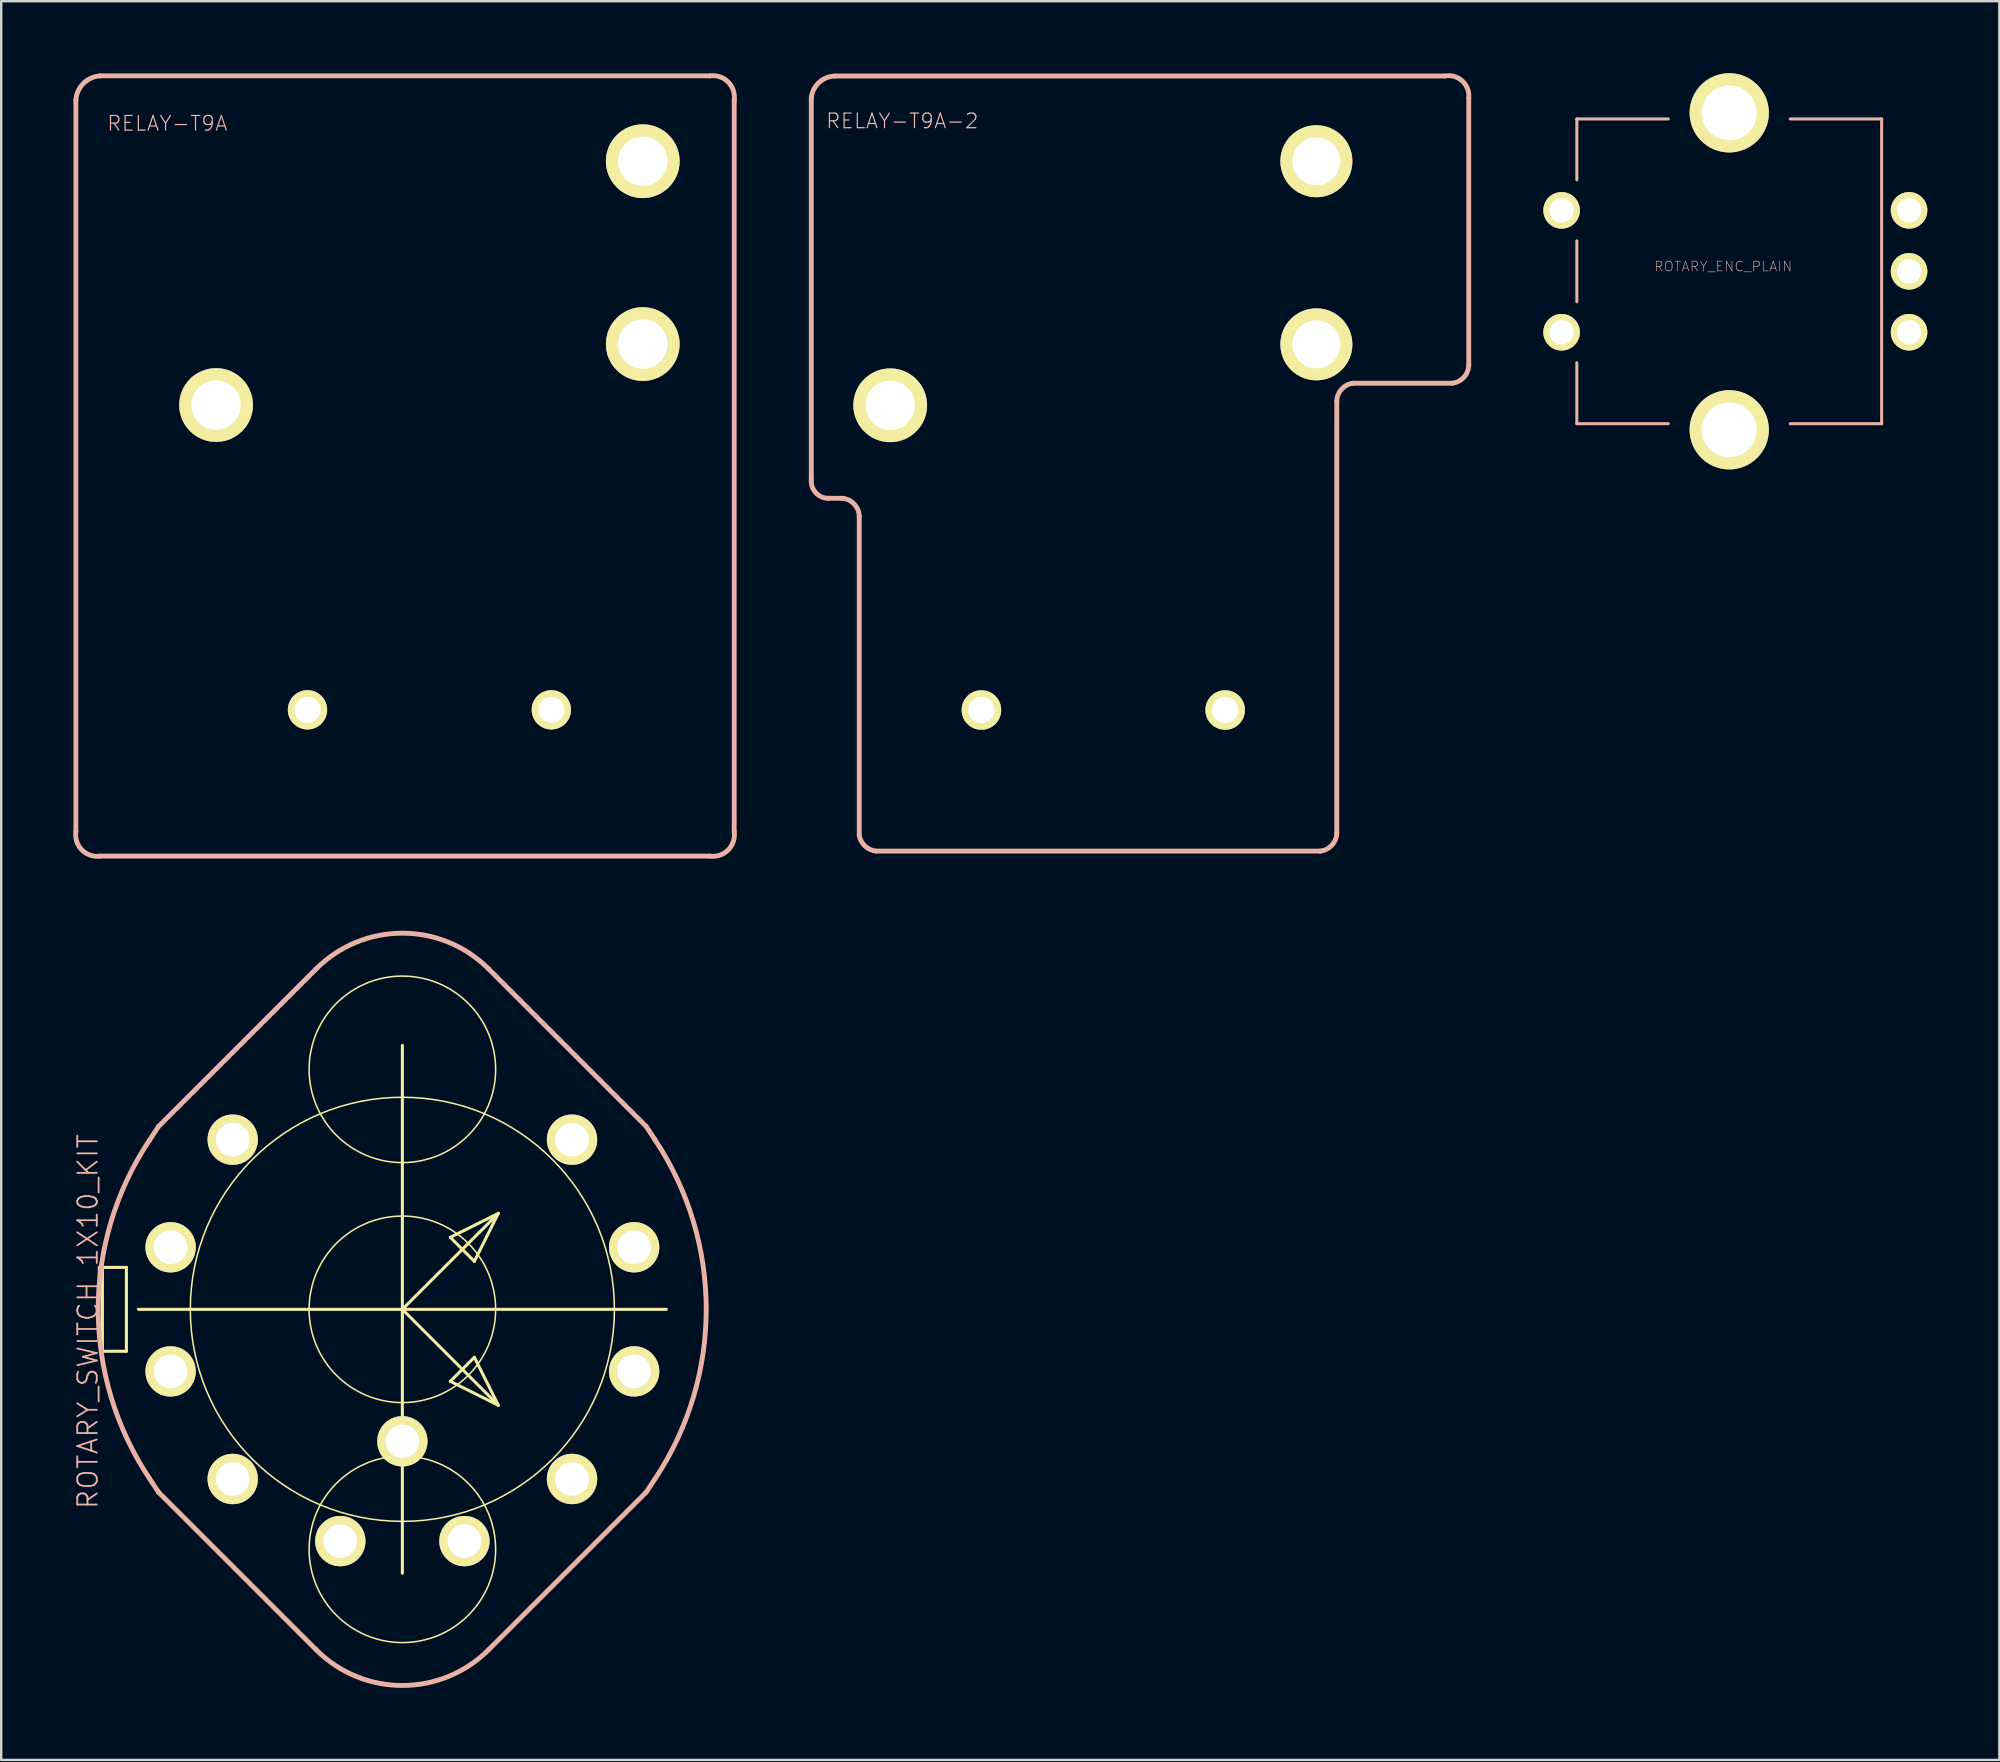
<source format=kicad_pcb>
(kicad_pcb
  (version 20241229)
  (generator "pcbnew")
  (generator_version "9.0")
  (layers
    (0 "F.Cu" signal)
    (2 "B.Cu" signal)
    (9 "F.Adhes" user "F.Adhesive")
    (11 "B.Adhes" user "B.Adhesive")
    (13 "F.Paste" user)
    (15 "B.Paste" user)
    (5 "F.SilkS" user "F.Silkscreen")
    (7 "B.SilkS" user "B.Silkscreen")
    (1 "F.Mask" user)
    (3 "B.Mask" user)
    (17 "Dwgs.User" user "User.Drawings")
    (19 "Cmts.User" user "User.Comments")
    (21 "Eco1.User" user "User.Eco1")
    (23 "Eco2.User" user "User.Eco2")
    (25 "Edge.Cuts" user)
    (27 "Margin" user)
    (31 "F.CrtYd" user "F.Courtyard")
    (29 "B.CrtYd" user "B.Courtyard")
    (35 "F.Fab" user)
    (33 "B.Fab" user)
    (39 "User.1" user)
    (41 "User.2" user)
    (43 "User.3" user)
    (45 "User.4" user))
  (footprint "ROTARY_SWITCH_1X10_KIT"
    (layer "F.Cu")
    (at 13.716 51.508)
    (property "Reference" "ROTARY_SWITCH_1X10_KIT" (at -13.106 0.508 90) (layer "B.SilkS") (effects (font (size 0.813 0.813) (thickness 0.076))))
    (attr exclude_from_pos_files exclude_from_bom)
    (fp_line (start -12.499 -1.748) (end -11.499 -1.748) (stroke (width 0.127) (type solid)) (layer "F.SilkS"))
    (fp_line (start -12.499 1.748) (end -12.499 -1.748) (stroke (width 0.127) (type solid)) (layer "F.SilkS"))
    (fp_line (start -11.499 -1.748) (end -11.499 1.748) (stroke (width 0.127) (type solid)) (layer "F.SilkS"))
    (fp_line (start -11.499 1.748) (end -12.499 1.748) (stroke (width 0.127) (type solid)) (layer "F.SilkS"))
    (fp_line (start -10.998 0) (end 0 0) (stroke (width 0.127) (type solid)) (layer "F.SilkS"))
    (fp_line (start 0 -10.998) (end 0 0) (stroke (width 0.127) (type solid)) (layer "F.SilkS"))
    (fp_line (start 0 0) (end 0 10.998) (stroke (width 0.127) (type solid)) (layer "F.SilkS"))
    (fp_line (start 0 0) (end 3.998 -3.998) (stroke (width 0.127) (type solid)) (layer "F.SilkS"))
    (fp_line (start 0 0) (end 3.998 3.998) (stroke (width 0.127) (type solid)) (layer "F.SilkS"))
    (fp_line (start 0 0) (end 10.998 0) (stroke (width 0.127) (type solid)) (layer "F.SilkS"))
    (fp_line (start 1.999 -3) (end 3 -1.999) (stroke (width 0.127) (type solid)) (layer "F.SilkS"))
    (fp_line (start 1.999 3) (end 3.998 3.998) (stroke (width 0.127) (type solid)) (layer "F.SilkS"))
    (fp_line (start 3 -1.999) (end 3.998 -3.998) (stroke (width 0.127) (type solid)) (layer "F.SilkS"))
    (fp_line (start 3 1.999) (end 1.999 3) (stroke (width 0.127) (type solid)) (layer "F.SilkS"))
    (fp_line (start 3.998 -3.998) (end 1.999 -3) (stroke (width 0.127) (type solid)) (layer "F.SilkS"))
    (fp_line (start 3.998 3.998) (end 3 1.999) (stroke (width 0.127) (type solid)) (layer "F.SilkS"))
    (fp_circle (center -9.657 -2.586) (end -10.18 -3.109) (stroke (width 0) (type solid)) (fill yes) (layer "F.SilkS"))
    (fp_circle (center -9.657 -2.586) (end -10.005 -2.934) (stroke (width 0) (type solid)) (fill yes) (layer "F.SilkS"))
    (fp_circle (center -9.657 2.586) (end -10.18 3.109) (stroke (width 0) (type solid)) (fill yes) (layer "F.SilkS"))
    (fp_circle (center -9.657 2.586) (end -10.005 2.934) (stroke (width 0) (type solid)) (fill yes) (layer "F.SilkS"))
    (fp_circle (center -7.069 -7.069) (end -7.592 -7.592) (stroke (width 0) (type solid)) (fill yes) (layer "F.SilkS"))
    (fp_circle (center -7.069 -7.069) (end -7.417 -7.417) (stroke (width 0) (type solid)) (fill yes) (layer "F.SilkS"))
    (fp_circle (center -7.069 7.069) (end -7.592 7.592) (stroke (width 0) (type solid)) (fill yes) (layer "F.SilkS"))
    (fp_circle (center -7.069 7.069) (end -7.417 7.417) (stroke (width 0) (type solid)) (fill yes) (layer "F.SilkS"))
    (fp_circle (center -2.586 9.657) (end -3.109 10.18) (stroke (width 0) (type solid)) (fill yes) (layer "F.SilkS"))
    (fp_circle (center -2.586 9.657) (end -2.934 10.005) (stroke (width 0) (type solid)) (fill yes) (layer "F.SilkS"))
    (fp_circle (center 0 -10) (end -2.748 -12.748) (stroke (width 0.064) (type solid)) (fill no) (layer "F.SilkS"))
    (fp_circle (center 0 0) (end -6.248 6.248) (stroke (width 0.064) (type solid)) (fill no) (layer "F.SilkS"))
    (fp_circle (center 0 0) (end -2.748 2.748) (stroke (width 0.064) (type solid)) (fill no) (layer "F.SilkS"))
    (fp_circle (center 0 5.499) (end -0.523 6.022) (stroke (width 0) (type solid)) (fill yes) (layer "F.SilkS"))
    (fp_circle (center 0 5.499) (end -0.348 5.847) (stroke (width 0) (type solid)) (fill yes) (layer "F.SilkS"))
    (fp_circle (center 0 10) (end -2.748 12.748) (stroke (width 0.064) (type solid)) (fill no) (layer "F.SilkS"))
    (fp_circle (center 2.586 9.657) (end 2.934 10.005) (stroke (width 0) (type solid)) (fill yes) (layer "F.SilkS"))
    (fp_circle (center 2.586 9.657) (end 3.109 10.18) (stroke (width 0) (type solid)) (fill yes) (layer "F.SilkS"))
    (fp_circle (center 7.069 -7.069) (end 7.417 -7.417) (stroke (width 0) (type solid)) (fill yes) (layer "F.SilkS"))
    (fp_circle (center 7.069 -7.069) (end 7.592 -7.592) (stroke (width 0) (type solid)) (fill yes) (layer "F.SilkS"))
    (fp_circle (center 7.069 7.069) (end 7.417 7.417) (stroke (width 0) (type solid)) (fill yes) (layer "F.SilkS"))
    (fp_circle (center 7.069 7.069) (end 7.592 7.592) (stroke (width 0) (type solid)) (fill yes) (layer "F.SilkS"))
    (fp_circle (center 9.657 -2.586) (end 10.005 -2.934) (stroke (width 0) (type solid)) (fill yes) (layer "F.SilkS"))
    (fp_circle (center 9.657 -2.586) (end 10.18 -3.109) (stroke (width 0) (type solid)) (fill yes) (layer "F.SilkS"))
    (fp_circle (center 9.657 2.586) (end 10.005 2.934) (stroke (width 0) (type solid)) (fill yes) (layer "F.SilkS"))
    (fp_circle (center 9.657 2.586) (end 10.18 3.109) (stroke (width 0) (type solid)) (fill yes) (layer "F.SilkS"))
    (fp_line (start -10.541 7.043) (end -10.16 7.62) (stroke (width 0.203) (type solid)) (layer "B.SilkS"))
    (fp_line (start -10.16 -7.62) (end -10.541 -7.043) (stroke (width 0.203) (type solid)) (layer "B.SilkS"))
    (fp_line (start -10.16 -7.62) (end -3.592 -14.186) (stroke (width 0.203) (type solid)) (layer "B.SilkS"))
    (fp_line (start -3.592 14.186) (end -10.16 7.62) (stroke (width 0.203) (type solid)) (layer "B.SilkS"))
    (fp_line (start 3.592 -14.186) (end 10.16 -7.62) (stroke (width 0.203) (type solid)) (layer "B.SilkS"))
    (fp_line (start 10.16 -7.62) (end 10.518 -7.079) (stroke (width 0.203) (type solid)) (layer "B.SilkS"))
    (fp_line (start 10.16 7.62) (end 3.592 14.186) (stroke (width 0.203) (type solid)) (layer "B.SilkS"))
    (fp_line (start 10.518 7.079) (end 10.16 7.62) (stroke (width 0.203) (type solid)) (layer "B.SilkS"))
    (fp_arc (start -10.541 7.04342) (mid -12.673786 0.009583) (end -10.551621 -7.027465) (stroke (width 0.2032) (type solid)) (layer "B.SilkS"))
    (fp_arc (start -3.59156 -14.1859) (mid 0 -15.673573) (end 3.59156 -14.1859) (stroke (width 0.2032) (type solid)) (layer "B.SilkS"))
    (fp_arc (start 3.59156 14.1859) (mid 0 15.673573) (end -3.59156 14.1859) (stroke (width 0.2032) (type solid)) (layer "B.SilkS"))
    (fp_arc (start 10.51814 -7.07898) (mid 12.661692 -0.009628) (end 10.52881 7.06295) (stroke (width 0.2032) (type solid)) (layer "B.SilkS"))
    (pad "1" thru_hole circle (at 7.069 -7.069) (size 2.098 2.098) (drill 1.4) (layers "*.Cu" "F.Mask" "F.SilkS" "F.Paste"))
    (pad "2" thru_hole circle (at 9.657 -2.586) (size 2.098 2.098) (drill 1.4) (layers "*.Cu" "F.Mask" "F.SilkS" "F.Paste"))
    (pad "3" thru_hole circle (at 9.657 2.586) (size 2.098 2.098) (drill 1.4) (layers "*.Cu" "F.Mask" "F.SilkS" "F.Paste"))
    (pad "4" thru_hole circle (at 7.069 7.069) (size 2.098 2.098) (drill 1.4) (layers "*.Cu" "F.Mask" "F.SilkS" "F.Paste"))
    (pad "5" thru_hole circle (at 2.586 9.657) (size 2.098 2.098) (drill 1.4) (layers "*.Cu" "F.Mask" "F.SilkS" "F.Paste"))
    (pad "6" thru_hole circle (at -2.586 9.657) (size 2.098 2.098) (drill 1.4) (layers "*.Cu" "F.Mask" "F.SilkS" "F.Paste"))
    (pad "7" thru_hole circle (at -7.069 7.069) (size 2.098 2.098) (drill 1.4) (layers "*.Cu" "F.Mask" "F.SilkS" "F.Paste"))
    (pad "8" thru_hole circle (at -9.657 2.586) (size 2.098 2.098) (drill 1.4) (layers "*.Cu" "F.Mask" "F.SilkS" "F.Paste"))
    (pad "9" thru_hole circle (at -9.657 -2.586) (size 2.098 2.098) (drill 1.4) (layers "*.Cu" "F.Mask" "F.SilkS" "F.Paste"))
    (pad "10" thru_hole circle (at -7.069 -7.069) (size 2.098 2.098) (drill 1.4) (layers "*.Cu" "F.Mask" "F.SilkS" "F.Paste"))
    (pad "COMM" thru_hole circle (at 0 5.499) (size 2.098 2.098) (drill 1.4) (layers "*.Cu" "F.Mask" "F.SilkS" "F.Paste")))
  (footprint "ROTARY_ENC_PLAIN"
    (layer "F.Cu")
    (at 69.005 8.255)
    (property "Reference" "ROTARY_ENC_PLAIN" (at -0.254 -0.203 0) (layer "B.SilkS") (effects (font (size 0.406 0.406) (thickness 0.025))))
    (attr exclude_from_pos_files exclude_from_bom)
    (fp_line (start -6.35 -6.35) (end -6.35 -3.81) (stroke (width 0.127) (type solid)) (layer "B.SilkS"))
    (fp_line (start -6.35 -6.35) (end -2.54 -6.35) (stroke (width 0.127) (type solid)) (layer "B.SilkS"))
    (fp_line (start -6.35 -1.27) (end -6.35 1.27) (stroke (width 0.127) (type solid)) (layer "B.SilkS"))
    (fp_line (start -6.35 6.35) (end -6.35 3.81) (stroke (width 0.127) (type solid)) (layer "B.SilkS"))
    (fp_line (start -2.54 6.35) (end -6.35 6.35) (stroke (width 0.127) (type solid)) (layer "B.SilkS"))
    (fp_line (start 2.54 -6.35) (end 6.35 -6.35) (stroke (width 0.127) (type solid)) (layer "B.SilkS"))
    (fp_line (start 6.35 -6.35) (end 6.35 6.35) (stroke (width 0.127) (type solid)) (layer "B.SilkS"))
    (fp_line (start 6.35 6.35) (end 2.54 6.35) (stroke (width 0.127) (type solid)) (layer "B.SilkS"))
    (pad "A" thru_hole circle (at 7.493 2.54) (size 1.524 1.524) (drill 1.016) (layers "*.Cu" "F.Mask" "F.SilkS" "F.Paste"))
    (pad "B" thru_hole circle (at 7.493 -2.54) (size 1.524 1.524) (drill 1.016) (layers "*.Cu" "F.Mask" "F.SilkS" "F.Paste"))
    (pad "C" thru_hole circle (at 7.493 0) (size 1.524 1.524) (drill 1.016) (layers "*.Cu" "F.Mask" "F.SilkS" "F.Paste"))
    (pad "P$3" thru_hole circle (at 0 -6.604) (size 3.302 3.302) (drill 2.286) (layers "*.Cu" "F.Mask" "F.SilkS" "F.Paste"))
    (pad "P$4" thru_hole circle (at 0 6.604) (size 3.302 3.302) (drill 2.286) (layers "*.Cu" "F.Mask" "F.SilkS" "F.Paste"))
    (pad "SW+" thru_hole circle (at -6.985 -2.54) (size 1.524 1.524) (drill 1.016) (layers "*.Cu" "F.Mask" "F.SilkS" "F.Paste"))
    (pad "SW-" thru_hole circle (at -6.985 2.54) (size 1.524 1.524) (drill 1.016) (layers "*.Cu" "F.Mask" "F.SilkS" "F.Paste")))
  (footprint "RELAY-T9A-2"
    (layer "F.Cu")
    (at 44.453 16.266)
    (property "Reference" "RELAY-T9A-2" (at -9.906 -14.275 0) (layer "B.SilkS") (effects (font (size 0.61 0.61) (thickness 0.051))))
    (attr exclude_from_pos_files exclude_from_bom)
    (fp_line (start -13.698 0.699) (end -13.698 -15.24) (stroke (width 0.203) (type solid)) (layer "B.SilkS"))
    (fp_line (start -13 1.448) (end -12.398 1.448) (stroke (width 0.203) (type solid)) (layer "B.SilkS"))
    (fp_line (start -12.7 -16.149) (end 12.7 -16.149) (stroke (width 0.203) (type solid)) (layer "B.SilkS"))
    (fp_line (start -11.699 2.2) (end -11.699 15.499) (stroke (width 0.203) (type solid)) (layer "B.SilkS"))
    (fp_line (start -10.998 16.149) (end 7.498 16.149) (stroke (width 0.203) (type solid)) (layer "B.SilkS"))
    (fp_line (start 8.199 -2.598) (end 8.199 15.397) (stroke (width 0.203) (type solid)) (layer "B.SilkS"))
    (fp_line (start 8.898 -3.348) (end 13 -3.348) (stroke (width 0.203) (type solid)) (layer "B.SilkS"))
    (fp_line (start 13.698 -15.24) (end 13.698 -4.1) (stroke (width 0.203) (type solid)) (layer "B.SilkS"))
    (fp_arc (start -13.69822 -15.24) (mid -13.37075 -15.883631) (end -12.698545 -16.147521) (stroke (width 0.2032) (type solid)) (layer "B.SilkS"))
    (fp_arc (start -12.99972 1.4478) (mid -13.506994 1.219056) (end -13.697572 0.696245) (stroke (width 0.2032) (type solid)) (layer "B.SilkS"))
    (fp_arc (start -12.39774 1.4478) (mid -11.905346 1.690805) (end -11.698472 2.199436) (stroke (width 0.2032) (type solid)) (layer "B.SilkS"))
    (fp_arc (start -10.9982 16.14932) (mid -11.456721 15.94072) (end -11.698532 15.498812) (stroke (width 0.2032) (type solid)) (layer "B.SilkS"))
    (fp_arc (start 8.19912 -2.59842) (mid 8.405665 -3.106593) (end 8.897508 -3.349473) (stroke (width 0.2032) (type solid)) (layer "B.SilkS"))
    (fp_arc (start 8.19912 15.39748) (mid 7.992575 15.905653) (end 7.500732 16.148533) (stroke (width 0.2032) (type solid)) (layer "B.SilkS"))
    (fp_arc (start 12.7 -16.14932) (mid 13.427128 -15.943371) (end 13.699016 -15.238243) (stroke (width 0.2032) (type solid)) (layer "B.SilkS"))
    (fp_arc (start 13.69822 -4.09956) (mid 13.491675 -3.591387) (end 12.999832 -3.348507) (stroke (width 0.2032) (type solid)) (layer "B.SilkS"))
    (pad "COIL" thru_hole circle (at -6.609 10.269) (size 1.648 1.648) (drill 1.1) (layers "*.Cu" "F.Mask" "F.SilkS" "F.Paste"))
    (pad "COIL" thru_hole circle (at 3.548 10.269) (size 1.648 1.648) (drill 1.1) (layers "*.Cu" "F.Mask" "F.SilkS" "F.Paste"))
    (pad "MAIN" thru_hole circle (at -10.409 -2.428) (size 3.073 3.073) (drill 2.057) (layers "*.Cu" "F.Mask" "F.SilkS" "F.Paste"))
    (pad "NC" thru_hole circle (at 7.348 -12.598) (size 3 3) (drill 1.999) (layers "*.Cu" "F.Mask" "F.SilkS" "F.Paste"))
    (pad "NO" thru_hole circle (at 7.348 -4.968) (size 3 3) (drill 1.999) (layers "*.Cu" "F.Mask" "F.SilkS" "F.Paste")))
  (footprint "RELAY-T9A"
    (layer "F.Cu")
    (at 13.827 16.367)
    (property "Reference" "RELAY-T9A" (at -9.906 -14.275 0) (layer "B.SilkS") (effects (font (size 0.61 0.61) (thickness 0.051))))
    (attr exclude_from_pos_files exclude_from_bom)
    (fp_line (start -13.716 15.24) (end -13.716 -15.24) (stroke (width 0.203) (type solid)) (layer "B.SilkS"))
    (fp_line (start -12.7 -16.256) (end 12.7 -16.256) (stroke (width 0.203) (type solid)) (layer "B.SilkS"))
    (fp_line (start 12.7 16.256) (end -12.7 16.256) (stroke (width 0.203) (type solid)) (layer "B.SilkS"))
    (fp_line (start 13.716 -15.24) (end 13.716 15.24) (stroke (width 0.203) (type solid)) (layer "B.SilkS"))
    (fp_arc (start -13.716 -15.24) (mid -13.401589 -15.940693) (end -12.701264 -16.255925) (stroke (width 0.2032) (type solid)) (layer "B.SilkS"))
    (fp_arc (start -12.7 16.256) (mid -13.461666 16.002333) (end -13.716133 15.240934) (stroke (width 0.2032) (type solid)) (layer "B.SilkS"))
    (fp_arc (start 12.7 -16.256) (mid 13.461666 -16.002333) (end 13.716133 -15.240934) (stroke (width 0.2032) (type solid)) (layer "B.SilkS"))
    (fp_arc (start 13.716 15.24) (mid 13.462333 16.001666) (end 12.700934 16.256133) (stroke (width 0.2032) (type solid)) (layer "B.SilkS"))
    (pad "COIL" thru_hole circle (at -4.064 10.16) (size 1.638 1.638) (drill 1.09) (layers "*.Cu" "F.Mask" "F.SilkS" "F.Paste"))
    (pad "COIL" thru_hole circle (at 6.096 10.16) (size 1.638 1.638) (drill 1.09) (layers "*.Cu" "F.Mask" "F.SilkS" "F.Paste"))
    (pad "MAIN" thru_hole circle (at -7.874 -2.54) (size 3.073 3.073) (drill 2.057) (layers "*.Cu" "F.Mask" "F.SilkS" "F.Paste"))
    (pad "NC" thru_hole circle (at 9.906 -12.7) (size 3.073 3.073) (drill 2.057) (layers "*.Cu" "F.Mask" "F.SilkS" "F.Paste"))
    (pad "NO" thru_hole circle (at 9.906 -5.08) (size 3.073 3.073) (drill 2.057) (layers "*.Cu" "F.Mask" "F.SilkS" "F.Paste")))
  (gr_rect
    (start -3 -3)
    (end 80.26 70.284)
    (stroke (width 0.1) (type default))
    (fill no)
    (layer "Edge.Cuts")))
</source>
